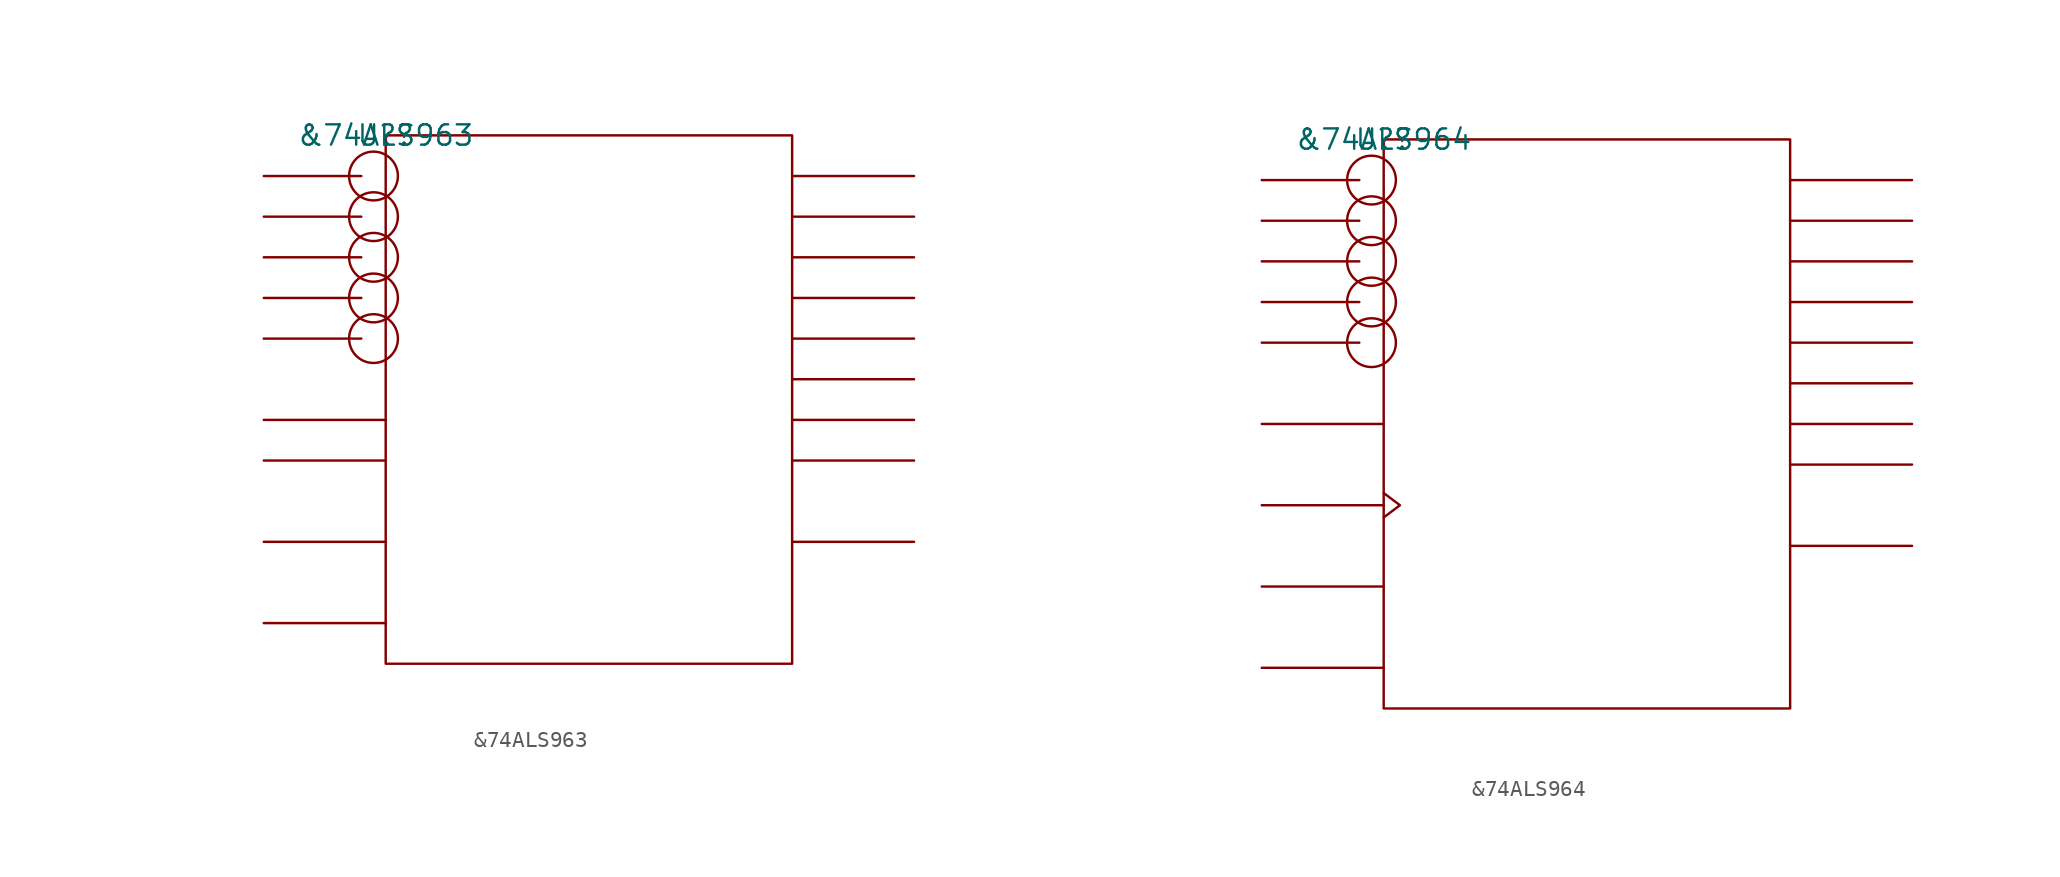
<source format=kicad_sym>
(kicad_symbol_lib
  (version 20211014)
  (generator kicad_symbol_editor)
  (symbol "&74ALS963"
    (pin_names
      (offset 0.762))
    (property "Reference" "U?"
      (at 0 0 0)
      (effects (font (size 1.27 1.27))))
    (property "Value" "&74ALS963"
      (at 0 0 0)
      (effects (font (size 1.27 1.27))))
    (symbol "&74ALS963_0_1"
      (circle (center -0.762 -12.7) (radius 1.524) (stroke (width 0) (type default) (color 0 0 0 0)) (fill (type none)))
      (circle (center -0.762 -10.16) (radius 1.524) (stroke (width 0) (type default) (color 0 0 0 0)) (fill (type none)))
      (circle (center -0.762 -7.62) (radius 1.524) (stroke (width 0) (type default) (color 0 0 0 0)) (fill (type none)))
      (circle (center -0.762 -5.08) (radius 1.524) (stroke (width 0) (type default) (color 0 0 0 0)) (fill (type none)))
      (circle (center -0.762 -2.54) (radius 1.524) (stroke (width 0) (type default) (color 0 0 0 0)) (fill (type none)))
      (rectangle (start 0 -33.02) (end 25.4 0) (stroke (width 0) (type default) (color 0 0 0 0)) (fill (type none)))
      (polyline (pts (xy -1.524 -12.7) (xy -7.62 -12.7)) (stroke (width 0) (type default) (color 0 0 0 0)) (fill (type none)))
      (polyline (pts (xy -1.524 -10.16) (xy -7.62 -10.16)) (stroke (width 0) (type default) (color 0 0 0 0)) (fill (type none)))
      (polyline (pts (xy -1.524 -7.62) (xy -7.62 -7.62)) (stroke (width 0) (type default) (color 0 0 0 0)) (fill (type none)))
      (polyline (pts (xy -1.524 -5.08) (xy -7.62 -5.08)) (stroke (width 0) (type default) (color 0 0 0 0)) (fill (type none)))
      (polyline (pts (xy -1.524 -2.54) (xy -7.62 -2.54)) (stroke (width 0) (type default) (color 0 0 0 0)) (fill (type none)))
      (polyline (pts (xy 0 -30.48) (xy -7.62 -30.48)) (stroke (width 0) (type default) (color 0 0 0 0)) (fill (type none)))
      (polyline (pts (xy 0 -25.4) (xy -7.62 -25.4)) (stroke (width 0) (type default) (color 0 0 0 0)) (fill (type none)))
      (polyline (pts (xy 0 -20.32) (xy -7.62 -20.32)) (stroke (width 0) (type default) (color 0 0 0 0)) (fill (type none)))
      (polyline (pts (xy 0 -17.78) (xy -7.62 -17.78)) (stroke (width 0) (type default) (color 0 0 0 0)) (fill (type none)))
      (polyline (pts (xy 25.4 -25.4) (xy 33.02 -25.4)) (stroke (width 0) (type default) (color 0 0 0 0)) (fill (type none)))
      (polyline (pts (xy 25.4 -20.32) (xy 33.02 -20.32)) (stroke (width 0) (type default) (color 0 0 0 0)) (fill (type none)))
      (polyline (pts (xy 25.4 -17.78) (xy 33.02 -17.78)) (stroke (width 0) (type default) (color 0 0 0 0)) (fill (type none)))
      (polyline (pts (xy 25.4 -15.24) (xy 33.02 -15.24)) (stroke (width 0) (type default) (color 0 0 0 0)) (fill (type none)))
      (polyline (pts (xy 25.4 -12.7) (xy 33.02 -12.7)) (stroke (width 0) (type default) (color 0 0 0 0)) (fill (type none)))
      (polyline (pts (xy 25.4 -10.16) (xy 33.02 -10.16)) (stroke (width 0) (type default) (color 0 0 0 0)) (fill (type none)))
      (polyline (pts (xy 25.4 -7.62) (xy 33.02 -7.62)) (stroke (width 0) (type default) (color 0 0 0 0)) (fill (type none)))
      (polyline (pts (xy 25.4 -5.08) (xy 33.02 -5.08)) (stroke (width 0) (type default) (color 0 0 0 0)) (fill (type none)))
      (polyline (pts (xy 25.4 -2.54) (xy 33.02 -2.54)) (stroke (width 0) (type default) (color 0 0 0 0)) (fill (type none))))
    (symbol "&74ALS963_1_1"
      (pin unspecified line (at -7.62 -2.54 180) (length 7.62) hide (name "OE" (effects (font (size 1.245 1.245)))) (number "1" (effects (font (size 1.245 1.245)))))
      (pin power_in line (at 10.16 -33.02 180) (length 7.62) hide (name "GND" (effects (font (size 1.245 1.245)))) (number "10" (effects (font (size 1.245 1.245)))))
      (pin unspecified line (at -7.62 -17.78 0) (length 7.62) hide (name "CLK1" (effects (font (size 1.245 1.245)))) (number "11" (effects (font (size 1.245 1.245)))))
      (pin unspecified line (at 33.02 -20.32 180) (length 7.62) hide (name "H/QH" (effects (font (size 1.245 1.245)))) (number "12" (effects (font (size 1.245 1.245)))))
      (pin unspecified line (at 33.02 -17.78 180) (length 7.62) hide (name "G/QG" (effects (font (size 1.245 1.245)))) (number "13" (effects (font (size 1.245 1.245)))))
      (pin unspecified line (at 33.02 -15.24 180) (length 7.62) hide (name "F/QF" (effects (font (size 1.245 1.245)))) (number "14" (effects (font (size 1.245 1.245)))))
      (pin unspecified line (at 33.02 -12.7 180) (length 7.62) hide (name "E/QE" (effects (font (size 1.245 1.245)))) (number "15" (effects (font (size 1.245 1.245)))))
      (pin unspecified line (at 33.02 -10.16 180) (length 7.62) hide (name "D/QD" (effects (font (size 1.245 1.245)))) (number "16" (effects (font (size 1.245 1.245)))))
      (pin unspecified line (at 33.02 -7.62 180) (length 7.62) hide (name "C/QC" (effects (font (size 1.245 1.245)))) (number "17" (effects (font (size 1.245 1.245)))))
      (pin unspecified line (at 33.02 -5.08 180) (length 7.62) hide (name "B/QB" (effects (font (size 1.245 1.245)))) (number "18" (effects (font (size 1.245 1.245)))))
      (pin unspecified line (at 33.02 -2.54 180) (length 7.62) hide (name "A/QA" (effects (font (size 1.245 1.245)))) (number "19" (effects (font (size 1.245 1.245)))))
      (pin unspecified line (at -7.62 -30.48 0) (length 7.62) hide (name "SERIN" (effects (font (size 1.245 1.245)))) (number "2" (effects (font (size 1.245 1.245)))))
      (pin power_in line (at 7.62 0 180) (length 7.62) hide (name "VCC" (effects (font (size 1.245 1.245)))) (number "20" (effects (font (size 1.245 1.245)))))
      (pin unspecified line (at -7.62 -5.08 180) (length 7.62) hide (name "GIN" (effects (font (size 1.245 1.245)))) (number "3" (effects (font (size 1.245 1.245)))))
      (pin unspecified line (at -7.62 -7.62 180) (length 7.62) hide (name "G2-1" (effects (font (size 1.245 1.245)))) (number "4" (effects (font (size 1.245 1.245)))))
      (pin unspecified line (at -7.62 -25.4 0) (length 7.62) hide (name "SCLR" (effects (font (size 1.245 1.245)))) (number "5" (effects (font (size 1.245 1.245)))))
      (pin unspecified line (at -7.62 -10.16 180) (length 7.62) hide (name "G1-2" (effects (font (size 1.245 1.245)))) (number "6" (effects (font (size 1.245 1.245)))))
      (pin unspecified line (at -7.62 -12.7 180) (length 7.62) hide (name "GSH" (effects (font (size 1.245 1.245)))) (number "7" (effects (font (size 1.245 1.245)))))
      (pin unspecified line (at 33.02 -25.4 180) (length 7.62) hide (name "SEROUT" (effects (font (size 1.245 1.245)))) (number "8" (effects (font (size 1.245 1.245)))))
      (pin unspecified line (at -7.62 -20.32 0) (length 7.62) hide (name "CLK2" (effects (font (size 1.245 1.245)))) (number "9" (effects (font (size 1.245 1.245)))))))
  (symbol "&74ALS964"
    (pin_names
      (offset 0.762))
    (property "Reference" "U?"
      (at 0 0 0)
      (effects (font (size 1.27 1.27))))
    (property "Value" "&74ALS964"
      (at 0 0 0)
      (effects (font (size 1.27 1.27))))
    (symbol "&74ALS964_0_1"
      (circle (center -0.762 -12.7) (radius 1.524) (stroke (width 0) (type default) (color 0 0 0 0)) (fill (type none)))
      (circle (center -0.762 -10.16) (radius 1.524) (stroke (width 0) (type default) (color 0 0 0 0)) (fill (type none)))
      (circle (center -0.762 -7.62) (radius 1.524) (stroke (width 0) (type default) (color 0 0 0 0)) (fill (type none)))
      (circle (center -0.762 -5.08) (radius 1.524) (stroke (width 0) (type default) (color 0 0 0 0)) (fill (type none)))
      (circle (center -0.762 -2.54) (radius 1.524) (stroke (width 0) (type default) (color 0 0 0 0)) (fill (type none)))
      (rectangle (start 0 -35.56) (end 25.4 0) (stroke (width 0) (type default) (color 0 0 0 0)) (fill (type none)))
      (polyline (pts (xy -1.524 -12.7) (xy -7.62 -12.7)) (stroke (width 0) (type default) (color 0 0 0 0)) (fill (type none)))
      (polyline (pts (xy -1.524 -10.16) (xy -7.62 -10.16)) (stroke (width 0) (type default) (color 0 0 0 0)) (fill (type none)))
      (polyline (pts (xy -1.524 -7.62) (xy -7.62 -7.62)) (stroke (width 0) (type default) (color 0 0 0 0)) (fill (type none)))
      (polyline (pts (xy -1.524 -5.08) (xy -7.62 -5.08)) (stroke (width 0) (type default) (color 0 0 0 0)) (fill (type none)))
      (polyline (pts (xy -1.524 -2.54) (xy -7.62 -2.54)) (stroke (width 0) (type default) (color 0 0 0 0)) (fill (type none)))
      (polyline (pts (xy 0 -33.02) (xy -7.62 -33.02)) (stroke (width 0) (type default) (color 0 0 0 0)) (fill (type none)))
      (polyline (pts (xy 0 -27.94) (xy -7.62 -27.94)) (stroke (width 0) (type default) (color 0 0 0 0)) (fill (type none)))
      (polyline (pts (xy 0 -22.86) (xy -7.62 -22.86)) (stroke (width 0) (type default) (color 0 0 0 0)) (fill (type none)))
      (polyline (pts (xy 0 -17.78) (xy -7.62 -17.78)) (stroke (width 0) (type default) (color 0 0 0 0)) (fill (type none)))
      (polyline (pts (xy 25.4 -25.4) (xy 33.02 -25.4)) (stroke (width 0) (type default) (color 0 0 0 0)) (fill (type none)))
      (polyline (pts (xy 25.4 -20.32) (xy 33.02 -20.32)) (stroke (width 0) (type default) (color 0 0 0 0)) (fill (type none)))
      (polyline (pts (xy 25.4 -17.78) (xy 33.02 -17.78)) (stroke (width 0) (type default) (color 0 0 0 0)) (fill (type none)))
      (polyline (pts (xy 25.4 -15.24) (xy 33.02 -15.24)) (stroke (width 0) (type default) (color 0 0 0 0)) (fill (type none)))
      (polyline (pts (xy 25.4 -12.7) (xy 33.02 -12.7)) (stroke (width 0) (type default) (color 0 0 0 0)) (fill (type none)))
      (polyline (pts (xy 25.4 -10.16) (xy 33.02 -10.16)) (stroke (width 0) (type default) (color 0 0 0 0)) (fill (type none)))
      (polyline (pts (xy 25.4 -7.62) (xy 33.02 -7.62)) (stroke (width 0) (type default) (color 0 0 0 0)) (fill (type none)))
      (polyline (pts (xy 25.4 -5.08) (xy 33.02 -5.08)) (stroke (width 0) (type default) (color 0 0 0 0)) (fill (type none)))
      (polyline (pts (xy 25.4 -2.54) (xy 33.02 -2.54)) (stroke (width 0) (type default) (color 0 0 0 0)) (fill (type none)))
      (polyline (pts (xy 0 -22.098) (xy 1.016 -22.86) (xy 0 -23.622)) (stroke (width 0) (type default) (color 0 0 0 0)) (fill (type none))))
    (symbol "&74ALS964_1_1"
      (pin unspecified line (at -7.62 -2.54 180) (length 7.62) hide (name "OE" (effects (font (size 1.245 1.245)))) (number "1" (effects (font (size 1.245 1.245)))))
      (pin power_in line (at 10.16 -35.56 180) (length 7.62) hide (name "GND" (effects (font (size 1.245 1.245)))) (number "10" (effects (font (size 1.245 1.245)))))
      (pin unspecified line (at -7.62 -17.78 0) (length 7.62) hide (name "ACLR" (effects (font (size 1.245 1.245)))) (number "11" (effects (font (size 1.245 1.245)))))
      (pin unspecified line (at 33.02 -20.32 180) (length 7.62) hide (name "H/QH" (effects (font (size 1.245 1.245)))) (number "12" (effects (font (size 1.245 1.245)))))
      (pin unspecified line (at 33.02 -17.78 180) (length 7.62) hide (name "G/QG" (effects (font (size 1.245 1.245)))) (number "13" (effects (font (size 1.245 1.245)))))
      (pin unspecified line (at 33.02 -15.24 180) (length 7.62) hide (name "F/QF" (effects (font (size 1.245 1.245)))) (number "14" (effects (font (size 1.245 1.245)))))
      (pin unspecified line (at 33.02 -12.7 180) (length 7.62) hide (name "E/QE" (effects (font (size 1.245 1.245)))) (number "15" (effects (font (size 1.245 1.245)))))
      (pin unspecified line (at 33.02 -10.16 180) (length 7.62) hide (name "D/QD" (effects (font (size 1.245 1.245)))) (number "16" (effects (font (size 1.245 1.245)))))
      (pin unspecified line (at 33.02 -7.62 180) (length 7.62) hide (name "C/QC" (effects (font (size 1.245 1.245)))) (number "17" (effects (font (size 1.245 1.245)))))
      (pin unspecified line (at 33.02 -5.08 180) (length 7.62) hide (name "B/QB" (effects (font (size 1.245 1.245)))) (number "18" (effects (font (size 1.245 1.245)))))
      (pin unspecified line (at 33.02 -2.54 180) (length 7.62) hide (name "A/QA" (effects (font (size 1.245 1.245)))) (number "19" (effects (font (size 1.245 1.245)))))
      (pin unspecified line (at -7.62 -33.02 0) (length 7.62) hide (name "SERIN" (effects (font (size 1.245 1.245)))) (number "2" (effects (font (size 1.245 1.245)))))
      (pin power_in line (at 7.62 0 180) (length 7.62) hide (name "VCC" (effects (font (size 1.245 1.245)))) (number "20" (effects (font (size 1.245 1.245)))))
      (pin unspecified line (at -7.62 -5.08 180) (length 7.62) hide (name "GIN" (effects (font (size 1.245 1.245)))) (number "3" (effects (font (size 1.245 1.245)))))
      (pin unspecified line (at -7.62 -7.62 180) (length 7.62) hide (name "G2-1" (effects (font (size 1.245 1.245)))) (number "4" (effects (font (size 1.245 1.245)))))
      (pin unspecified line (at -7.62 -27.94 0) (length 7.62) hide (name "SCLR" (effects (font (size 1.245 1.245)))) (number "5" (effects (font (size 1.245 1.245)))))
      (pin unspecified line (at -7.62 -10.16 180) (length 7.62) hide (name "G1-2" (effects (font (size 1.245 1.245)))) (number "6" (effects (font (size 1.245 1.245)))))
      (pin unspecified line (at -7.62 -12.7 180) (length 7.62) hide (name "GSH" (effects (font (size 1.245 1.245)))) (number "7" (effects (font (size 1.245 1.245)))))
      (pin unspecified line (at 33.02 -25.4 180) (length 7.62) hide (name "SEROUT" (effects (font (size 1.245 1.245)))) (number "8" (effects (font (size 1.245 1.245)))))
      (pin unspecified line (at -7.62 -22.86 180) (length 7.62) hide (name "CLK" (effects (font (size 1.245 1.245)))) (number "9" (effects (font (size 1.245 1.245))))))))
</source>
